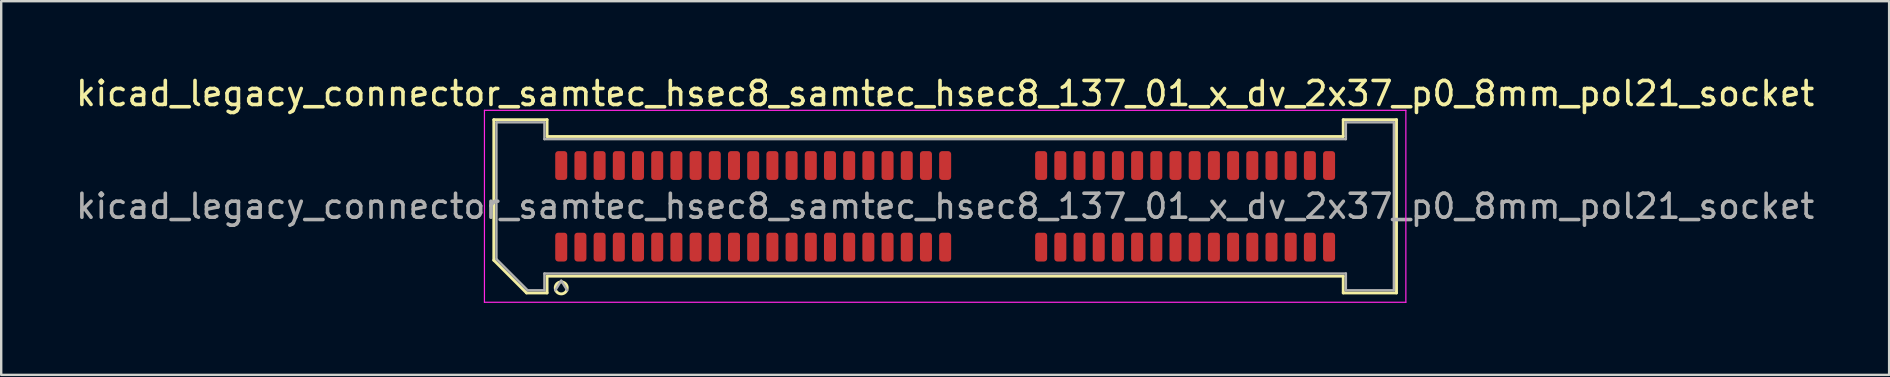
<source format=kicad_pcb>
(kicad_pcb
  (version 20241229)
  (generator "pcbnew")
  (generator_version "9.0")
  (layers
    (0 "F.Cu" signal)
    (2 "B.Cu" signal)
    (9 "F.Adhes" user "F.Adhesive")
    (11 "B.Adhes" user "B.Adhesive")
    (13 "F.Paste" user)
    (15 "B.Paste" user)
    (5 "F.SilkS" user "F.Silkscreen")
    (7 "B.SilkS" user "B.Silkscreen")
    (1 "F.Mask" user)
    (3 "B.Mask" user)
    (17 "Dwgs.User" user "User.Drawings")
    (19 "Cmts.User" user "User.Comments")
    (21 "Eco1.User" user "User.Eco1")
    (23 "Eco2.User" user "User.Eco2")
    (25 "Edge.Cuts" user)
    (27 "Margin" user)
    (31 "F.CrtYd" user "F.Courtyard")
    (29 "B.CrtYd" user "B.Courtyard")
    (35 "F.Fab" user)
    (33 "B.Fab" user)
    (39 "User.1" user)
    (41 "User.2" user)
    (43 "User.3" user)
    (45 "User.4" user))
  (footprint "kicad_legacy_connector_samtec_hsec8_samtec_hsec8_137_01_x_dv_2x37_p0_8mm_pol21_socket"
    (layer "F.Cu")
    (at 36.339 5.548)
    (property "Reference" "kicad_legacy_connector_samtec_hsec8_samtec_hsec8_137_01_x_dv_2x37_p0_8mm_pol21_socket" (at 0 -4.7 0) (layer "F.SilkS") (effects (font (size 1 1) (thickness 0.15))))
    (attr smd)
    (fp_line (start -18.81 -3.61) (end -16.59 -3.61) (stroke (width 0.12) (type solid)) (layer "F.SilkS"))
    (fp_line (start -18.81 2.246) (end -18.81 -3.61) (stroke (width 0.12) (type solid)) (layer "F.SilkS"))
    (fp_line (start -17.446 3.61) (end -18.81 2.246) (stroke (width 0.12) (type solid)) (layer "F.SilkS"))
    (fp_line (start -16.59 -3.61) (end -16.59 -2.91) (stroke (width 0.12) (type solid)) (layer "F.SilkS"))
    (fp_line (start -16.59 -2.91) (end 16.59 -2.91) (stroke (width 0.12) (type solid)) (layer "F.SilkS"))
    (fp_line (start -16.59 2.91) (end -16.59 3.61) (stroke (width 0.12) (type solid)) (layer "F.SilkS"))
    (fp_line (start -16.59 3.61) (end -17.446 3.61) (stroke (width 0.12) (type solid)) (layer "F.SilkS"))
    (fp_line (start 16.59 -3.61) (end 18.81 -3.61) (stroke (width 0.12) (type solid)) (layer "F.SilkS"))
    (fp_line (start 16.59 -2.91) (end 16.59 -3.61) (stroke (width 0.12) (type solid)) (layer "F.SilkS"))
    (fp_line (start 16.59 2.91) (end -16.59 2.91) (stroke (width 0.12) (type solid)) (layer "F.SilkS"))
    (fp_line (start 16.59 3.61) (end 16.59 2.91) (stroke (width 0.12) (type solid)) (layer "F.SilkS"))
    (fp_line (start 18.81 -3.61) (end 18.81 3.61) (stroke (width 0.12) (type solid)) (layer "F.SilkS"))
    (fp_line (start 18.81 3.61) (end 16.59 3.61) (stroke (width 0.12) (type solid)) (layer "F.SilkS"))
    (fp_arc (start -15.75 3.4) (mid -16.25 3.4) (end -15.75 3.4) (stroke (width 0.12) (type solid)) (layer "F.SilkS"))
    (fp_line (start -19.2 -4) (end -19.2 4) (stroke (width 0.05) (type solid)) (layer "F.CrtYd"))
    (fp_line (start -19.2 4) (end 19.2 4) (stroke (width 0.05) (type solid)) (layer "F.CrtYd"))
    (fp_line (start 19.2 -4) (end -19.2 -4) (stroke (width 0.05) (type solid)) (layer "F.CrtYd"))
    (fp_line (start 19.2 4) (end 19.2 -4) (stroke (width 0.05) (type solid)) (layer "F.CrtYd"))
    (fp_line (start -18.7 -3.5) (end -16.7 -3.5) (stroke (width 0.1) (type solid)) (layer "F.Fab"))
    (fp_line (start -18.7 2.2) (end -18.7 -3.5) (stroke (width 0.1) (type solid)) (layer "F.Fab"))
    (fp_line (start -17.4 3.5) (end -18.7 2.2) (stroke (width 0.1) (type solid)) (layer "F.Fab"))
    (fp_line (start -16.7 -3.5) (end -16.7 -2.8) (stroke (width 0.1) (type solid)) (layer "F.Fab"))
    (fp_line (start -16.7 -2.8) (end 16.7 -2.8) (stroke (width 0.1) (type solid)) (layer "F.Fab"))
    (fp_line (start -16.7 2.8) (end -16.7 3.5) (stroke (width 0.1) (type solid)) (layer "F.Fab"))
    (fp_line (start -16.7 3.5) (end -17.4 3.5) (stroke (width 0.1) (type solid)) (layer "F.Fab"))
    (fp_line (start -16 3.1) (end -16.25 3.5) (stroke (width 0.1) (type solid)) (layer "F.Fab"))
    (fp_line (start -16 3.1) (end -15.75 3.5) (stroke (width 0.1) (type solid)) (layer "F.Fab"))
    (fp_line (start 16.7 -3.5) (end 18.7 -3.5) (stroke (width 0.1) (type solid)) (layer "F.Fab"))
    (fp_line (start 16.7 -2.8) (end 16.7 -3.5) (stroke (width 0.1) (type solid)) (layer "F.Fab"))
    (fp_line (start 16.7 2.8) (end -16.7 2.8) (stroke (width 0.1) (type solid)) (layer "F.Fab"))
    (fp_line (start 16.7 3.5) (end 16.7 2.8) (stroke (width 0.1) (type solid)) (layer "F.Fab"))
    (fp_line (start 18.7 -3.5) (end 18.7 3.5) (stroke (width 0.1) (type solid)) (layer "F.Fab"))
    (fp_line (start 18.7 3.5) (end 16.7 3.5) (stroke (width 0.1) (type solid)) (layer "F.Fab"))
    (fp_text user "${REFERENCE}" (at 0 0 0) (layer "F.Fab") (effects (font (size 1 1) (thickness 0.15))))
    (pad "1" smd roundrect (at -16 1.7) (size 0.5 1.2) (layers "F.Cu" "F.Mask" "F.Paste") (roundrect_rratio 0.25))
    (pad "2" smd roundrect (at -16 -1.7) (size 0.5 1.2) (layers "F.Cu" "F.Mask" "F.Paste") (roundrect_rratio 0.25))
    (pad "3" smd roundrect (at -15.2 1.7) (size 0.5 1.2) (layers "F.Cu" "F.Mask" "F.Paste") (roundrect_rratio 0.25))
    (pad "4" smd roundrect (at -15.2 -1.7) (size 0.5 1.2) (layers "F.Cu" "F.Mask" "F.Paste") (roundrect_rratio 0.25))
    (pad "5" smd roundrect (at -14.4 1.7) (size 0.5 1.2) (layers "F.Cu" "F.Mask" "F.Paste") (roundrect_rratio 0.25))
    (pad "6" smd roundrect (at -14.4 -1.7) (size 0.5 1.2) (layers "F.Cu" "F.Mask" "F.Paste") (roundrect_rratio 0.25))
    (pad "7" smd roundrect (at -13.6 1.7) (size 0.5 1.2) (layers "F.Cu" "F.Mask" "F.Paste") (roundrect_rratio 0.25))
    (pad "8" smd roundrect (at -13.6 -1.7) (size 0.5 1.2) (layers "F.Cu" "F.Mask" "F.Paste") (roundrect_rratio 0.25))
    (pad "9" smd roundrect (at -12.8 1.7) (size 0.5 1.2) (layers "F.Cu" "F.Mask" "F.Paste") (roundrect_rratio 0.25))
    (pad "10" smd roundrect (at -12.8 -1.7) (size 0.5 1.2) (layers "F.Cu" "F.Mask" "F.Paste") (roundrect_rratio 0.25))
    (pad "11" smd roundrect (at -12 1.7) (size 0.5 1.2) (layers "F.Cu" "F.Mask" "F.Paste") (roundrect_rratio 0.25))
    (pad "12" smd roundrect (at -12 -1.7) (size 0.5 1.2) (layers "F.Cu" "F.Mask" "F.Paste") (roundrect_rratio 0.25))
    (pad "13" smd roundrect (at -11.2 1.7) (size 0.5 1.2) (layers "F.Cu" "F.Mask" "F.Paste") (roundrect_rratio 0.25))
    (pad "14" smd roundrect (at -11.2 -1.7) (size 0.5 1.2) (layers "F.Cu" "F.Mask" "F.Paste") (roundrect_rratio 0.25))
    (pad "15" smd roundrect (at -10.4 1.7) (size 0.5 1.2) (layers "F.Cu" "F.Mask" "F.Paste") (roundrect_rratio 0.25))
    (pad "16" smd roundrect (at -10.4 -1.7) (size 0.5 1.2) (layers "F.Cu" "F.Mask" "F.Paste") (roundrect_rratio 0.25))
    (pad "17" smd roundrect (at -9.6 1.7) (size 0.5 1.2) (layers "F.Cu" "F.Mask" "F.Paste") (roundrect_rratio 0.25))
    (pad "18" smd roundrect (at -9.6 -1.7) (size 0.5 1.2) (layers "F.Cu" "F.Mask" "F.Paste") (roundrect_rratio 0.25))
    (pad "19" smd roundrect (at -8.8 1.7) (size 0.5 1.2) (layers "F.Cu" "F.Mask" "F.Paste") (roundrect_rratio 0.25))
    (pad "20" smd roundrect (at -8.8 -1.7) (size 0.5 1.2) (layers "F.Cu" "F.Mask" "F.Paste") (roundrect_rratio 0.25))
    (pad "21" smd roundrect (at -8 1.7) (size 0.5 1.2) (layers "F.Cu" "F.Mask" "F.Paste") (roundrect_rratio 0.25))
    (pad "22" smd roundrect (at -8 -1.7) (size 0.5 1.2) (layers "F.Cu" "F.Mask" "F.Paste") (roundrect_rratio 0.25))
    (pad "23" smd roundrect (at -7.2 1.7) (size 0.5 1.2) (layers "F.Cu" "F.Mask" "F.Paste") (roundrect_rratio 0.25))
    (pad "24" smd roundrect (at -7.2 -1.7) (size 0.5 1.2) (layers "F.Cu" "F.Mask" "F.Paste") (roundrect_rratio 0.25))
    (pad "25" smd roundrect (at -6.4 1.7) (size 0.5 1.2) (layers "F.Cu" "F.Mask" "F.Paste") (roundrect_rratio 0.25))
    (pad "26" smd roundrect (at -6.4 -1.7) (size 0.5 1.2) (layers "F.Cu" "F.Mask" "F.Paste") (roundrect_rratio 0.25))
    (pad "27" smd roundrect (at -5.6 1.7) (size 0.5 1.2) (layers "F.Cu" "F.Mask" "F.Paste") (roundrect_rratio 0.25))
    (pad "28" smd roundrect (at -5.6 -1.7) (size 0.5 1.2) (layers "F.Cu" "F.Mask" "F.Paste") (roundrect_rratio 0.25))
    (pad "29" smd roundrect (at -4.8 1.7) (size 0.5 1.2) (layers "F.Cu" "F.Mask" "F.Paste") (roundrect_rratio 0.25))
    (pad "30" smd roundrect (at -4.8 -1.7) (size 0.5 1.2) (layers "F.Cu" "F.Mask" "F.Paste") (roundrect_rratio 0.25))
    (pad "31" smd roundrect (at -4 1.7) (size 0.5 1.2) (layers "F.Cu" "F.Mask" "F.Paste") (roundrect_rratio 0.25))
    (pad "32" smd roundrect (at -4 -1.7) (size 0.5 1.2) (layers "F.Cu" "F.Mask" "F.Paste") (roundrect_rratio 0.25))
    (pad "33" smd roundrect (at -3.2 1.7) (size 0.5 1.2) (layers "F.Cu" "F.Mask" "F.Paste") (roundrect_rratio 0.25))
    (pad "34" smd roundrect (at -3.2 -1.7) (size 0.5 1.2) (layers "F.Cu" "F.Mask" "F.Paste") (roundrect_rratio 0.25))
    (pad "35" smd roundrect (at -2.4 1.7) (size 0.5 1.2) (layers "F.Cu" "F.Mask" "F.Paste") (roundrect_rratio 0.25))
    (pad "36" smd roundrect (at -2.4 -1.7) (size 0.5 1.2) (layers "F.Cu" "F.Mask" "F.Paste") (roundrect_rratio 0.25))
    (pad "37" smd roundrect (at -1.6 1.7) (size 0.5 1.2) (layers "F.Cu" "F.Mask" "F.Paste") (roundrect_rratio 0.25))
    (pad "38" smd roundrect (at -1.6 -1.7) (size 0.5 1.2) (layers "F.Cu" "F.Mask" "F.Paste") (roundrect_rratio 0.25))
    (pad "39" smd roundrect (at -0.8 1.7) (size 0.5 1.2) (layers "F.Cu" "F.Mask" "F.Paste") (roundrect_rratio 0.25))
    (pad "40" smd roundrect (at -0.8 -1.7) (size 0.5 1.2) (layers "F.Cu" "F.Mask" "F.Paste") (roundrect_rratio 0.25))
    (pad "41" smd roundrect (at 0 1.7) (size 0.5 1.2) (layers "F.Cu" "F.Mask" "F.Paste") (roundrect_rratio 0.25))
    (pad "42" smd roundrect (at 0 -1.7) (size 0.5 1.2) (layers "F.Cu" "F.Mask" "F.Paste") (roundrect_rratio 0.25))
    (pad "43" smd roundrect (at 4 1.7) (size 0.5 1.2) (layers "F.Cu" "F.Mask" "F.Paste") (roundrect_rratio 0.25))
    (pad "44" smd roundrect (at 4 -1.7) (size 0.5 1.2) (layers "F.Cu" "F.Mask" "F.Paste") (roundrect_rratio 0.25))
    (pad "45" smd roundrect (at 4.8 1.7) (size 0.5 1.2) (layers "F.Cu" "F.Mask" "F.Paste") (roundrect_rratio 0.25))
    (pad "46" smd roundrect (at 4.8 -1.7) (size 0.5 1.2) (layers "F.Cu" "F.Mask" "F.Paste") (roundrect_rratio 0.25))
    (pad "47" smd roundrect (at 5.6 1.7) (size 0.5 1.2) (layers "F.Cu" "F.Mask" "F.Paste") (roundrect_rratio 0.25))
    (pad "48" smd roundrect (at 5.6 -1.7) (size 0.5 1.2) (layers "F.Cu" "F.Mask" "F.Paste") (roundrect_rratio 0.25))
    (pad "49" smd roundrect (at 6.4 1.7) (size 0.5 1.2) (layers "F.Cu" "F.Mask" "F.Paste") (roundrect_rratio 0.25))
    (pad "50" smd roundrect (at 6.4 -1.7) (size 0.5 1.2) (layers "F.Cu" "F.Mask" "F.Paste") (roundrect_rratio 0.25))
    (pad "51" smd roundrect (at 7.2 1.7) (size 0.5 1.2) (layers "F.Cu" "F.Mask" "F.Paste") (roundrect_rratio 0.25))
    (pad "52" smd roundrect (at 7.2 -1.7) (size 0.5 1.2) (layers "F.Cu" "F.Mask" "F.Paste") (roundrect_rratio 0.25))
    (pad "53" smd roundrect (at 8 1.7) (size 0.5 1.2) (layers "F.Cu" "F.Mask" "F.Paste") (roundrect_rratio 0.25))
    (pad "54" smd roundrect (at 8 -1.7) (size 0.5 1.2) (layers "F.Cu" "F.Mask" "F.Paste") (roundrect_rratio 0.25))
    (pad "55" smd roundrect (at 8.8 1.7) (size 0.5 1.2) (layers "F.Cu" "F.Mask" "F.Paste") (roundrect_rratio 0.25))
    (pad "56" smd roundrect (at 8.8 -1.7) (size 0.5 1.2) (layers "F.Cu" "F.Mask" "F.Paste") (roundrect_rratio 0.25))
    (pad "57" smd roundrect (at 9.6 1.7) (size 0.5 1.2) (layers "F.Cu" "F.Mask" "F.Paste") (roundrect_rratio 0.25))
    (pad "58" smd roundrect (at 9.6 -1.7) (size 0.5 1.2) (layers "F.Cu" "F.Mask" "F.Paste") (roundrect_rratio 0.25))
    (pad "59" smd roundrect (at 10.4 1.7) (size 0.5 1.2) (layers "F.Cu" "F.Mask" "F.Paste") (roundrect_rratio 0.25))
    (pad "60" smd roundrect (at 10.4 -1.7) (size 0.5 1.2) (layers "F.Cu" "F.Mask" "F.Paste") (roundrect_rratio 0.25))
    (pad "61" smd roundrect (at 11.2 1.7) (size 0.5 1.2) (layers "F.Cu" "F.Mask" "F.Paste") (roundrect_rratio 0.25))
    (pad "62" smd roundrect (at 11.2 -1.7) (size 0.5 1.2) (layers "F.Cu" "F.Mask" "F.Paste") (roundrect_rratio 0.25))
    (pad "63" smd roundrect (at 12 1.7) (size 0.5 1.2) (layers "F.Cu" "F.Mask" "F.Paste") (roundrect_rratio 0.25))
    (pad "64" smd roundrect (at 12 -1.7) (size 0.5 1.2) (layers "F.Cu" "F.Mask" "F.Paste") (roundrect_rratio 0.25))
    (pad "65" smd roundrect (at 12.8 1.7) (size 0.5 1.2) (layers "F.Cu" "F.Mask" "F.Paste") (roundrect_rratio 0.25))
    (pad "66" smd roundrect (at 12.8 -1.7) (size 0.5 1.2) (layers "F.Cu" "F.Mask" "F.Paste") (roundrect_rratio 0.25))
    (pad "67" smd roundrect (at 13.6 1.7) (size 0.5 1.2) (layers "F.Cu" "F.Mask" "F.Paste") (roundrect_rratio 0.25))
    (pad "68" smd roundrect (at 13.6 -1.7) (size 0.5 1.2) (layers "F.Cu" "F.Mask" "F.Paste") (roundrect_rratio 0.25))
    (pad "69" smd roundrect (at 14.4 1.7) (size 0.5 1.2) (layers "F.Cu" "F.Mask" "F.Paste") (roundrect_rratio 0.25))
    (pad "70" smd roundrect (at 14.4 -1.7) (size 0.5 1.2) (layers "F.Cu" "F.Mask" "F.Paste") (roundrect_rratio 0.25))
    (pad "71" smd roundrect (at 15.2 1.7) (size 0.5 1.2) (layers "F.Cu" "F.Mask" "F.Paste") (roundrect_rratio 0.25))
    (pad "72" smd roundrect (at 15.2 -1.7) (size 0.5 1.2) (layers "F.Cu" "F.Mask" "F.Paste") (roundrect_rratio 0.25))
    (pad "73" smd roundrect (at 16 1.7) (size 0.5 1.2) (layers "F.Cu" "F.Mask" "F.Paste") (roundrect_rratio 0.25))
    (pad "74" smd roundrect (at 16 -1.7) (size 0.5 1.2) (layers "F.Cu" "F.Mask" "F.Paste") (roundrect_rratio 0.25)))
  (gr_rect
    (start -3 -3)
    (end 75.679 12.573)
    (stroke (width 0.1) (type default))
    (fill no)
    (layer "Edge.Cuts")))
</source>
